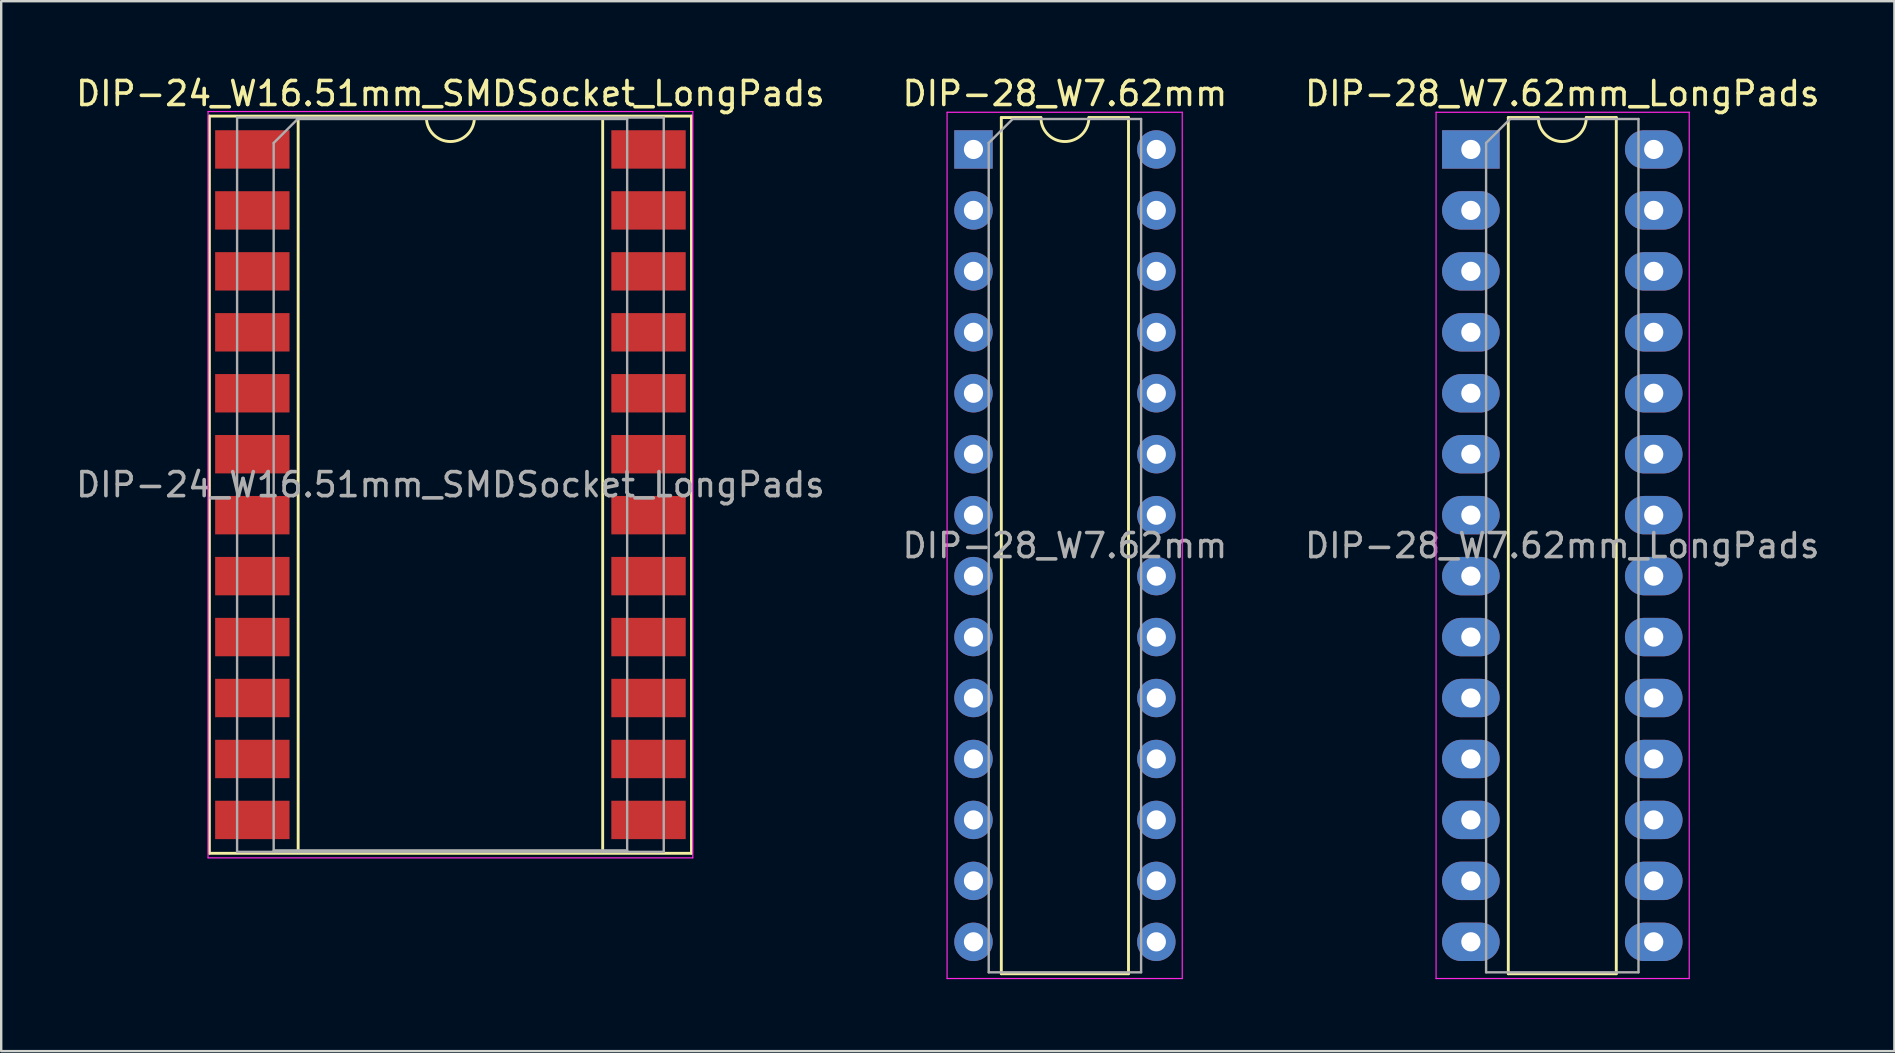
<source format=kicad_pcb>
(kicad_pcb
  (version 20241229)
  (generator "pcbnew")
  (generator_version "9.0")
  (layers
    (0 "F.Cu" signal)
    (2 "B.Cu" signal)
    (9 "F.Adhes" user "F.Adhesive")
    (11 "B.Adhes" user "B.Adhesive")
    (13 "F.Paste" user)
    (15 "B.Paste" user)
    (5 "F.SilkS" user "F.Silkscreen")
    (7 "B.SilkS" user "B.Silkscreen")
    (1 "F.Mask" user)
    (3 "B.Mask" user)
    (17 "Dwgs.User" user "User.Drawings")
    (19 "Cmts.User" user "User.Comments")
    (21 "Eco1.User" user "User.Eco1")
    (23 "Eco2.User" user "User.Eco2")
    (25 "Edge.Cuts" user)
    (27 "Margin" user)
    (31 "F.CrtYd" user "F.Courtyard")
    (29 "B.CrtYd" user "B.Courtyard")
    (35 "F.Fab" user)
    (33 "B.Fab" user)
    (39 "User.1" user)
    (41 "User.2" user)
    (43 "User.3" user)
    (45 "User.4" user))
  (footprint "DIP-24_W16.51mm_SMDSocket_LongPads"
    (layer "F.Cu")
    (at 15.72 17.148)
    (property "Reference" "DIP-24_W16.51mm_SMDSocket_LongPads" (at 0 -16.3 0) (layer "F.SilkS") (effects (font (size 1 1) (thickness 0.15))))
    (attr smd)
    (fp_line (start -10.045 -15.36) (end -10.045 15.36) (stroke (width 0.12) (type solid)) (layer "F.SilkS"))
    (fp_line (start -10.045 15.36) (end 10.045 15.36) (stroke (width 0.12) (type solid)) (layer "F.SilkS"))
    (fp_line (start -6.345 -15.3) (end -6.345 15.3) (stroke (width 0.12) (type solid)) (layer "F.SilkS"))
    (fp_line (start -6.345 15.3) (end 6.345 15.3) (stroke (width 0.12) (type solid)) (layer "F.SilkS"))
    (fp_line (start -1 -15.3) (end -6.345 -15.3) (stroke (width 0.12) (type solid)) (layer "F.SilkS"))
    (fp_line (start 6.345 -15.3) (end 1 -15.3) (stroke (width 0.12) (type solid)) (layer "F.SilkS"))
    (fp_line (start 6.345 15.3) (end 6.345 -15.3) (stroke (width 0.12) (type solid)) (layer "F.SilkS"))
    (fp_line (start 10.045 -15.36) (end -10.045 -15.36) (stroke (width 0.12) (type solid)) (layer "F.SilkS"))
    (fp_line (start 10.045 15.36) (end 10.045 -15.36) (stroke (width 0.12) (type solid)) (layer "F.SilkS"))
    (fp_arc (start 1 -15.3) (mid 0 -14.3) (end -1 -15.3) (stroke (width 0.12) (type solid)) (layer "F.SilkS"))
    (fp_line (start -10.1 -15.55) (end -10.1 15.55) (stroke (width 0.05) (type solid)) (layer "F.CrtYd"))
    (fp_line (start -10.1 15.55) (end 10.1 15.55) (stroke (width 0.05) (type solid)) (layer "F.CrtYd"))
    (fp_line (start 10.1 -15.55) (end -10.1 -15.55) (stroke (width 0.05) (type solid)) (layer "F.CrtYd"))
    (fp_line (start 10.1 15.55) (end 10.1 -15.55) (stroke (width 0.05) (type solid)) (layer "F.CrtYd"))
    (fp_line (start -8.89 -15.3) (end -8.89 15.3) (stroke (width 0.1) (type solid)) (layer "F.Fab"))
    (fp_line (start -8.89 15.3) (end 8.89 15.3) (stroke (width 0.1) (type solid)) (layer "F.Fab"))
    (fp_line (start -7.365 -14.24) (end -6.365 -15.24) (stroke (width 0.1) (type solid)) (layer "F.Fab"))
    (fp_line (start -7.365 15.24) (end -7.365 -14.24) (stroke (width 0.1) (type solid)) (layer "F.Fab"))
    (fp_line (start -6.365 -15.24) (end 7.365 -15.24) (stroke (width 0.1) (type solid)) (layer "F.Fab"))
    (fp_line (start 7.365 -15.24) (end 7.365 15.24) (stroke (width 0.1) (type solid)) (layer "F.Fab"))
    (fp_line (start 7.365 15.24) (end -7.365 15.24) (stroke (width 0.1) (type solid)) (layer "F.Fab"))
    (fp_line (start 8.89 -15.3) (end -8.89 -15.3) (stroke (width 0.1) (type solid)) (layer "F.Fab"))
    (fp_line (start 8.89 15.3) (end 8.89 -15.3) (stroke (width 0.1) (type solid)) (layer "F.Fab"))
    (fp_text user "${REFERENCE}" (at 0 0 0) (layer "F.Fab") (effects (font (size 1 1) (thickness 0.15))))
    (pad "1" smd rect (at -8.255 -13.97) (size 3.1 1.6) (layers "F.Cu" "F.Mask" "F.Paste"))
    (pad "2" smd rect (at -8.255 -11.43) (size 3.1 1.6) (layers "F.Cu" "F.Mask" "F.Paste"))
    (pad "3" smd rect (at -8.255 -8.89) (size 3.1 1.6) (layers "F.Cu" "F.Mask" "F.Paste"))
    (pad "4" smd rect (at -8.255 -6.35) (size 3.1 1.6) (layers "F.Cu" "F.Mask" "F.Paste"))
    (pad "5" smd rect (at -8.255 -3.81) (size 3.1 1.6) (layers "F.Cu" "F.Mask" "F.Paste"))
    (pad "6" smd rect (at -8.255 -1.27) (size 3.1 1.6) (layers "F.Cu" "F.Mask" "F.Paste"))
    (pad "7" smd rect (at -8.255 1.27) (size 3.1 1.6) (layers "F.Cu" "F.Mask" "F.Paste"))
    (pad "8" smd rect (at -8.255 3.81) (size 3.1 1.6) (layers "F.Cu" "F.Mask" "F.Paste"))
    (pad "9" smd rect (at -8.255 6.35) (size 3.1 1.6) (layers "F.Cu" "F.Mask" "F.Paste"))
    (pad "10" smd rect (at -8.255 8.89) (size 3.1 1.6) (layers "F.Cu" "F.Mask" "F.Paste"))
    (pad "11" smd rect (at -8.255 11.43) (size 3.1 1.6) (layers "F.Cu" "F.Mask" "F.Paste"))
    (pad "12" smd rect (at -8.255 13.97) (size 3.1 1.6) (layers "F.Cu" "F.Mask" "F.Paste"))
    (pad "13" smd rect (at 8.255 13.97) (size 3.1 1.6) (layers "F.Cu" "F.Mask" "F.Paste"))
    (pad "14" smd rect (at 8.255 11.43) (size 3.1 1.6) (layers "F.Cu" "F.Mask" "F.Paste"))
    (pad "15" smd rect (at 8.255 8.89) (size 3.1 1.6) (layers "F.Cu" "F.Mask" "F.Paste"))
    (pad "16" smd rect (at 8.255 6.35) (size 3.1 1.6) (layers "F.Cu" "F.Mask" "F.Paste"))
    (pad "17" smd rect (at 8.255 3.81) (size 3.1 1.6) (layers "F.Cu" "F.Mask" "F.Paste"))
    (pad "18" smd rect (at 8.255 1.27) (size 3.1 1.6) (layers "F.Cu" "F.Mask" "F.Paste"))
    (pad "19" smd rect (at 8.255 -1.27) (size 3.1 1.6) (layers "F.Cu" "F.Mask" "F.Paste"))
    (pad "20" smd rect (at 8.255 -3.81) (size 3.1 1.6) (layers "F.Cu" "F.Mask" "F.Paste"))
    (pad "21" smd rect (at 8.255 -6.35) (size 3.1 1.6) (layers "F.Cu" "F.Mask" "F.Paste"))
    (pad "22" smd rect (at 8.255 -8.89) (size 3.1 1.6) (layers "F.Cu" "F.Mask" "F.Paste"))
    (pad "23" smd rect (at 8.255 -11.43) (size 3.1 1.6) (layers "F.Cu" "F.Mask" "F.Paste"))
    (pad "24" smd rect (at 8.255 -13.97) (size 3.1 1.6) (layers "F.Cu" "F.Mask" "F.Paste")))
  (footprint "DIP-28_W7.62mm"
    (layer "F.Cu")
    (at 37.517 3.178)
    (property "Reference" "DIP-28_W7.62mm" (at 3.81 -2.33 0) (layer "F.SilkS") (effects (font (size 1 1) (thickness 0.15))))
    (attr through_hole)
    (fp_line (start 1.16 -1.33) (end 1.16 34.35) (stroke (width 0.12) (type solid)) (layer "F.SilkS"))
    (fp_line (start 1.16 34.35) (end 6.46 34.35) (stroke (width 0.12) (type solid)) (layer "F.SilkS"))
    (fp_line (start 2.81 -1.33) (end 1.16 -1.33) (stroke (width 0.12) (type solid)) (layer "F.SilkS"))
    (fp_line (start 6.46 -1.33) (end 4.81 -1.33) (stroke (width 0.12) (type solid)) (layer "F.SilkS"))
    (fp_line (start 6.46 34.35) (end 6.46 -1.33) (stroke (width 0.12) (type solid)) (layer "F.SilkS"))
    (fp_arc (start 4.81 -1.33) (mid 3.81 -0.33) (end 2.81 -1.33) (stroke (width 0.12) (type solid)) (layer "F.SilkS"))
    (fp_line (start -1.1 -1.55) (end -1.1 34.55) (stroke (width 0.05) (type solid)) (layer "F.CrtYd"))
    (fp_line (start -1.1 34.55) (end 8.7 34.55) (stroke (width 0.05) (type solid)) (layer "F.CrtYd"))
    (fp_line (start 8.7 -1.55) (end -1.1 -1.55) (stroke (width 0.05) (type solid)) (layer "F.CrtYd"))
    (fp_line (start 8.7 34.55) (end 8.7 -1.55) (stroke (width 0.05) (type solid)) (layer "F.CrtYd"))
    (fp_line (start 0.635 -0.27) (end 1.635 -1.27) (stroke (width 0.1) (type solid)) (layer "F.Fab"))
    (fp_line (start 0.635 34.29) (end 0.635 -0.27) (stroke (width 0.1) (type solid)) (layer "F.Fab"))
    (fp_line (start 1.635 -1.27) (end 6.985 -1.27) (stroke (width 0.1) (type solid)) (layer "F.Fab"))
    (fp_line (start 6.985 -1.27) (end 6.985 34.29) (stroke (width 0.1) (type solid)) (layer "F.Fab"))
    (fp_line (start 6.985 34.29) (end 0.635 34.29) (stroke (width 0.1) (type solid)) (layer "F.Fab"))
    (fp_text user "${REFERENCE}" (at 3.81 16.51 0) (layer "F.Fab") (effects (font (size 1 1) (thickness 0.15))))
    (pad "1" thru_hole rect (at 0 0) (size 1.6 1.6) (drill 0.8) (layers "*.Cu" "*.Mask"))
    (pad "2" thru_hole oval (at 0 2.54) (size 1.6 1.6) (drill 0.8) (layers "*.Cu" "*.Mask"))
    (pad "3" thru_hole oval (at 0 5.08) (size 1.6 1.6) (drill 0.8) (layers "*.Cu" "*.Mask"))
    (pad "4" thru_hole oval (at 0 7.62) (size 1.6 1.6) (drill 0.8) (layers "*.Cu" "*.Mask"))
    (pad "5" thru_hole oval (at 0 10.16) (size 1.6 1.6) (drill 0.8) (layers "*.Cu" "*.Mask"))
    (pad "6" thru_hole oval (at 0 12.7) (size 1.6 1.6) (drill 0.8) (layers "*.Cu" "*.Mask"))
    (pad "7" thru_hole oval (at 0 15.24) (size 1.6 1.6) (drill 0.8) (layers "*.Cu" "*.Mask"))
    (pad "8" thru_hole oval (at 0 17.78) (size 1.6 1.6) (drill 0.8) (layers "*.Cu" "*.Mask"))
    (pad "9" thru_hole oval (at 0 20.32) (size 1.6 1.6) (drill 0.8) (layers "*.Cu" "*.Mask"))
    (pad "10" thru_hole oval (at 0 22.86) (size 1.6 1.6) (drill 0.8) (layers "*.Cu" "*.Mask"))
    (pad "11" thru_hole oval (at 0 25.4) (size 1.6 1.6) (drill 0.8) (layers "*.Cu" "*.Mask"))
    (pad "12" thru_hole oval (at 0 27.94) (size 1.6 1.6) (drill 0.8) (layers "*.Cu" "*.Mask"))
    (pad "13" thru_hole oval (at 0 30.48) (size 1.6 1.6) (drill 0.8) (layers "*.Cu" "*.Mask"))
    (pad "14" thru_hole oval (at 0 33.02) (size 1.6 1.6) (drill 0.8) (layers "*.Cu" "*.Mask"))
    (pad "15" thru_hole oval (at 7.62 33.02) (size 1.6 1.6) (drill 0.8) (layers "*.Cu" "*.Mask"))
    (pad "16" thru_hole oval (at 7.62 30.48) (size 1.6 1.6) (drill 0.8) (layers "*.Cu" "*.Mask"))
    (pad "17" thru_hole oval (at 7.62 27.94) (size 1.6 1.6) (drill 0.8) (layers "*.Cu" "*.Mask"))
    (pad "18" thru_hole oval (at 7.62 25.4) (size 1.6 1.6) (drill 0.8) (layers "*.Cu" "*.Mask"))
    (pad "19" thru_hole oval (at 7.62 22.86) (size 1.6 1.6) (drill 0.8) (layers "*.Cu" "*.Mask"))
    (pad "20" thru_hole oval (at 7.62 20.32) (size 1.6 1.6) (drill 0.8) (layers "*.Cu" "*.Mask"))
    (pad "21" thru_hole oval (at 7.62 17.78) (size 1.6 1.6) (drill 0.8) (layers "*.Cu" "*.Mask"))
    (pad "22" thru_hole oval (at 7.62 15.24) (size 1.6 1.6) (drill 0.8) (layers "*.Cu" "*.Mask"))
    (pad "23" thru_hole oval (at 7.62 12.7) (size 1.6 1.6) (drill 0.8) (layers "*.Cu" "*.Mask"))
    (pad "24" thru_hole oval (at 7.62 10.16) (size 1.6 1.6) (drill 0.8) (layers "*.Cu" "*.Mask"))
    (pad "25" thru_hole oval (at 7.62 7.62) (size 1.6 1.6) (drill 0.8) (layers "*.Cu" "*.Mask"))
    (pad "26" thru_hole oval (at 7.62 5.08) (size 1.6 1.6) (drill 0.8) (layers "*.Cu" "*.Mask"))
    (pad "27" thru_hole oval (at 7.62 2.54) (size 1.6 1.6) (drill 0.8) (layers "*.Cu" "*.Mask"))
    (pad "28" thru_hole oval (at 7.62 0) (size 1.6 1.6) (drill 0.8) (layers "*.Cu" "*.Mask")))
  (footprint "DIP-28_W7.62mm_LongPads"
    (layer "F.Cu")
    (at 58.244 3.178)
    (property "Reference" "DIP-28_W7.62mm_LongPads" (at 3.81 -2.33 0) (layer "F.SilkS") (effects (font (size 1 1) (thickness 0.15))))
    (attr through_hole)
    (fp_line (start 1.56 -1.33) (end 1.56 34.35) (stroke (width 0.12) (type solid)) (layer "F.SilkS"))
    (fp_line (start 1.56 34.35) (end 6.06 34.35) (stroke (width 0.12) (type solid)) (layer "F.SilkS"))
    (fp_line (start 2.81 -1.33) (end 1.56 -1.33) (stroke (width 0.12) (type solid)) (layer "F.SilkS"))
    (fp_line (start 6.06 -1.33) (end 4.81 -1.33) (stroke (width 0.12) (type solid)) (layer "F.SilkS"))
    (fp_line (start 6.06 34.35) (end 6.06 -1.33) (stroke (width 0.12) (type solid)) (layer "F.SilkS"))
    (fp_arc (start 4.81 -1.33) (mid 3.81 -0.33) (end 2.81 -1.33) (stroke (width 0.12) (type solid)) (layer "F.SilkS"))
    (fp_line (start -1.45 -1.55) (end -1.45 34.55) (stroke (width 0.05) (type solid)) (layer "F.CrtYd"))
    (fp_line (start -1.45 34.55) (end 9.1 34.55) (stroke (width 0.05) (type solid)) (layer "F.CrtYd"))
    (fp_line (start 9.1 -1.55) (end -1.45 -1.55) (stroke (width 0.05) (type solid)) (layer "F.CrtYd"))
    (fp_line (start 9.1 34.55) (end 9.1 -1.55) (stroke (width 0.05) (type solid)) (layer "F.CrtYd"))
    (fp_line (start 0.635 -0.27) (end 1.635 -1.27) (stroke (width 0.1) (type solid)) (layer "F.Fab"))
    (fp_line (start 0.635 34.29) (end 0.635 -0.27) (stroke (width 0.1) (type solid)) (layer "F.Fab"))
    (fp_line (start 1.635 -1.27) (end 6.985 -1.27) (stroke (width 0.1) (type solid)) (layer "F.Fab"))
    (fp_line (start 6.985 -1.27) (end 6.985 34.29) (stroke (width 0.1) (type solid)) (layer "F.Fab"))
    (fp_line (start 6.985 34.29) (end 0.635 34.29) (stroke (width 0.1) (type solid)) (layer "F.Fab"))
    (fp_text user "${REFERENCE}" (at 3.81 16.51 0) (layer "F.Fab") (effects (font (size 1 1) (thickness 0.15))))
    (pad "1" thru_hole rect (at 0 0) (size 2.4 1.6) (drill 0.8) (layers "*.Cu" "*.Mask"))
    (pad "2" thru_hole oval (at 0 2.54) (size 2.4 1.6) (drill 0.8) (layers "*.Cu" "*.Mask"))
    (pad "3" thru_hole oval (at 0 5.08) (size 2.4 1.6) (drill 0.8) (layers "*.Cu" "*.Mask"))
    (pad "4" thru_hole oval (at 0 7.62) (size 2.4 1.6) (drill 0.8) (layers "*.Cu" "*.Mask"))
    (pad "5" thru_hole oval (at 0 10.16) (size 2.4 1.6) (drill 0.8) (layers "*.Cu" "*.Mask"))
    (pad "6" thru_hole oval (at 0 12.7) (size 2.4 1.6) (drill 0.8) (layers "*.Cu" "*.Mask"))
    (pad "7" thru_hole oval (at 0 15.24) (size 2.4 1.6) (drill 0.8) (layers "*.Cu" "*.Mask"))
    (pad "8" thru_hole oval (at 0 17.78) (size 2.4 1.6) (drill 0.8) (layers "*.Cu" "*.Mask"))
    (pad "9" thru_hole oval (at 0 20.32) (size 2.4 1.6) (drill 0.8) (layers "*.Cu" "*.Mask"))
    (pad "10" thru_hole oval (at 0 22.86) (size 2.4 1.6) (drill 0.8) (layers "*.Cu" "*.Mask"))
    (pad "11" thru_hole oval (at 0 25.4) (size 2.4 1.6) (drill 0.8) (layers "*.Cu" "*.Mask"))
    (pad "12" thru_hole oval (at 0 27.94) (size 2.4 1.6) (drill 0.8) (layers "*.Cu" "*.Mask"))
    (pad "13" thru_hole oval (at 0 30.48) (size 2.4 1.6) (drill 0.8) (layers "*.Cu" "*.Mask"))
    (pad "14" thru_hole oval (at 0 33.02) (size 2.4 1.6) (drill 0.8) (layers "*.Cu" "*.Mask"))
    (pad "15" thru_hole oval (at 7.62 33.02) (size 2.4 1.6) (drill 0.8) (layers "*.Cu" "*.Mask"))
    (pad "16" thru_hole oval (at 7.62 30.48) (size 2.4 1.6) (drill 0.8) (layers "*.Cu" "*.Mask"))
    (pad "17" thru_hole oval (at 7.62 27.94) (size 2.4 1.6) (drill 0.8) (layers "*.Cu" "*.Mask"))
    (pad "18" thru_hole oval (at 7.62 25.4) (size 2.4 1.6) (drill 0.8) (layers "*.Cu" "*.Mask"))
    (pad "19" thru_hole oval (at 7.62 22.86) (size 2.4 1.6) (drill 0.8) (layers "*.Cu" "*.Mask"))
    (pad "20" thru_hole oval (at 7.62 20.32) (size 2.4 1.6) (drill 0.8) (layers "*.Cu" "*.Mask"))
    (pad "21" thru_hole oval (at 7.62 17.78) (size 2.4 1.6) (drill 0.8) (layers "*.Cu" "*.Mask"))
    (pad "22" thru_hole oval (at 7.62 15.24) (size 2.4 1.6) (drill 0.8) (layers "*.Cu" "*.Mask"))
    (pad "23" thru_hole oval (at 7.62 12.7) (size 2.4 1.6) (drill 0.8) (layers "*.Cu" "*.Mask"))
    (pad "24" thru_hole oval (at 7.62 10.16) (size 2.4 1.6) (drill 0.8) (layers "*.Cu" "*.Mask"))
    (pad "25" thru_hole oval (at 7.62 7.62) (size 2.4 1.6) (drill 0.8) (layers "*.Cu" "*.Mask"))
    (pad "26" thru_hole oval (at 7.62 5.08) (size 2.4 1.6) (drill 0.8) (layers "*.Cu" "*.Mask"))
    (pad "27" thru_hole oval (at 7.62 2.54) (size 2.4 1.6) (drill 0.8) (layers "*.Cu" "*.Mask"))
    (pad "28" thru_hole oval (at 7.62 0) (size 2.4 1.6) (drill 0.8) (layers "*.Cu" "*.Mask")))
  (gr_rect
    (start -3 -3)
    (end 75.893 40.753)
    (stroke (width 0.1) (type default))
    (fill no)
    (layer "Edge.Cuts")))
</source>
